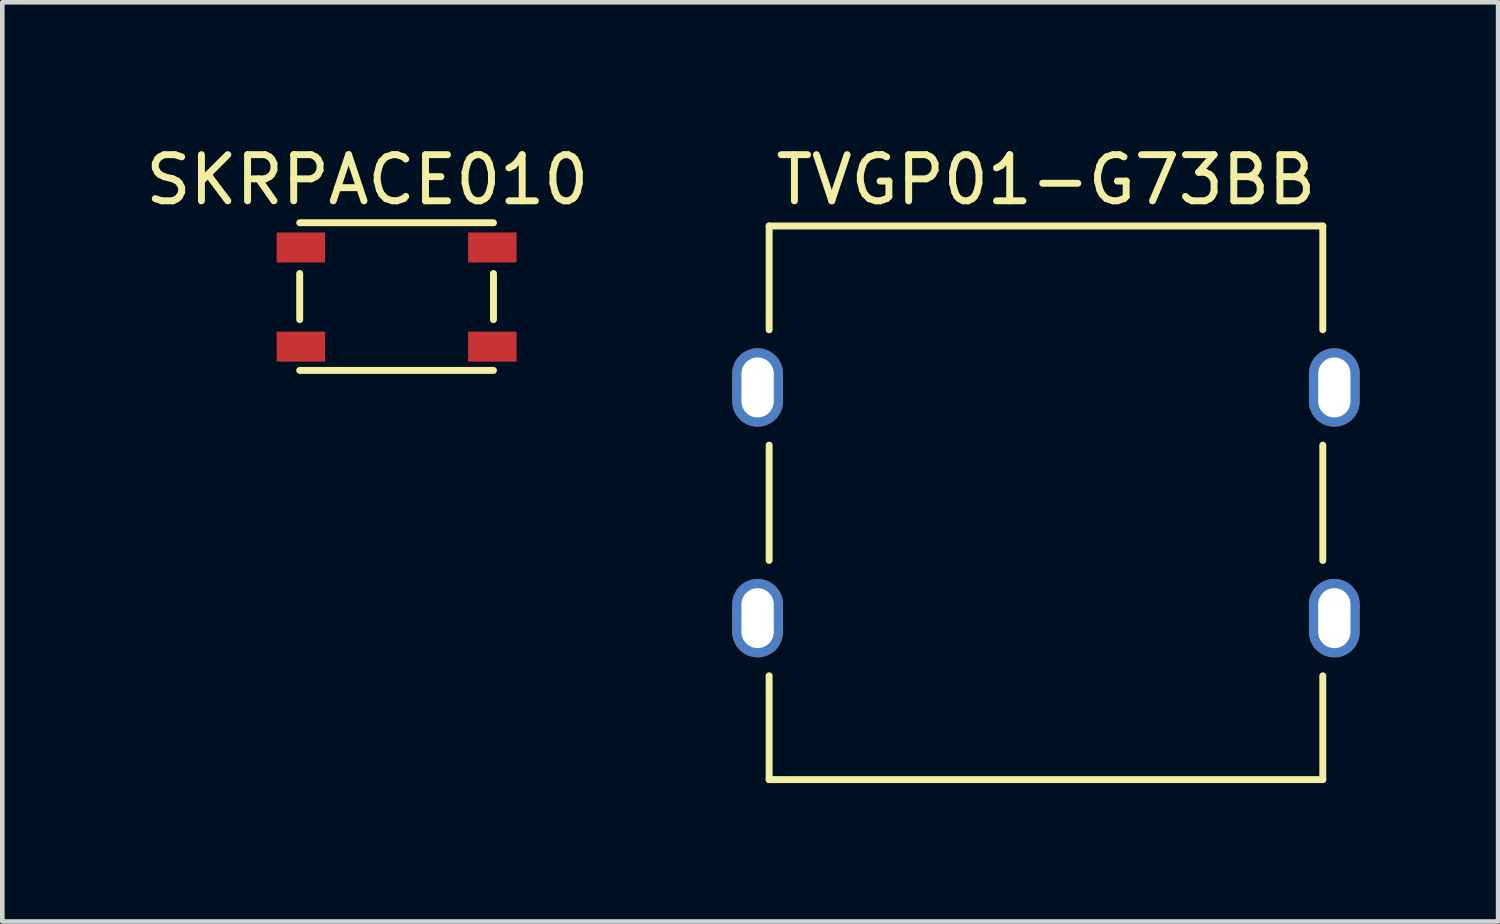
<source format=kicad_pcb>
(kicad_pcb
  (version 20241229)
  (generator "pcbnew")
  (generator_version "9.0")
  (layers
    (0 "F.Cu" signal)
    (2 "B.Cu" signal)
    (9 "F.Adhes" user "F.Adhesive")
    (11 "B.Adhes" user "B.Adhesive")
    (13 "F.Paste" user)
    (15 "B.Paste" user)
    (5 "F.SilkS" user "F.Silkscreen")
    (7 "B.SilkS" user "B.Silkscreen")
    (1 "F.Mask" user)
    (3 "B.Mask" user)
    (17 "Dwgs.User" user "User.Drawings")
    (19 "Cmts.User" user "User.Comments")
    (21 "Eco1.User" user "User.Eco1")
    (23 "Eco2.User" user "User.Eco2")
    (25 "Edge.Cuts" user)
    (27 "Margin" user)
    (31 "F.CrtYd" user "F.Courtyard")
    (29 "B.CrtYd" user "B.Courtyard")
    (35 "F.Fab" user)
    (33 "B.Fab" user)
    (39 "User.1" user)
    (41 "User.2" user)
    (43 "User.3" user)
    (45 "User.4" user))
  (footprint "TVGP01-G73BB"
    (layer "F.Cu")
    (at 19.621 7.848)
    (property "Reference" "TVGP01-G73BB" (at 0 -7 0) (layer "F.SilkS") (effects (font (size 1 1) (thickness 0.15))))
    (attr through_hole)
    (fp_line (start -6 -6) (end -6 -3.75) (stroke (width 0.15) (type solid)) (layer "F.SilkS"))
    (fp_line (start -6 -1.25) (end -6 1.25) (stroke (width 0.15) (type solid)) (layer "F.SilkS"))
    (fp_line (start -6 3.75) (end -6 6) (stroke (width 0.15) (type solid)) (layer "F.SilkS"))
    (fp_line (start -6 6) (end 6 6) (stroke (width 0.15) (type solid)) (layer "F.SilkS"))
    (fp_line (start 6 -6) (end -6 -6) (stroke (width 0.15) (type solid)) (layer "F.SilkS"))
    (fp_line (start 6 -6) (end 6 -3.75) (stroke (width 0.15) (type solid)) (layer "F.SilkS"))
    (fp_line (start 6 1.25) (end 6 -1.25) (stroke (width 0.15) (type solid)) (layer "F.SilkS"))
    (fp_line (start 6 6) (end 6 3.75) (stroke (width 0.15) (type solid)) (layer "F.SilkS"))
    (pad "1" thru_hole oval (at -6.25 -2.5) (size 1.1 1.7) (drill oval 0.7 1.3) (layers "*.Cu" "*.Mask"))
    (pad "2" thru_hole oval (at 6.25 -2.5) (size 1.1 1.7) (drill oval 0.7 1.3) (layers "*.Cu" "*.Mask"))
    (pad "3" thru_hole oval (at -6.25 2.5) (size 1.1 1.7) (drill oval 0.7 1.3) (layers "*.Cu" "*.Mask"))
    (pad "4" thru_hole oval (at 6.25 2.5) (size 1.1 1.7) (drill oval 0.7 1.3) (layers "*.Cu" "*.Mask")))
  (footprint "SKRPACE010"
    (layer "F.Cu")
    (at 5.546 3.388)
    (property "Reference" "SKRPACE010" (at -0.635 -2.54 0) (layer "F.SilkS") (effects (font (size 1 1) (thickness 0.15))))
    (attr through_hole)
    (fp_line (start -2.1 -1.61) (end 2.1 -1.61) (stroke (width 0.15) (type solid)) (layer "F.SilkS"))
    (fp_line (start -2.1 -0.51) (end -2.1 0.49) (stroke (width 0.15) (type solid)) (layer "F.SilkS"))
    (fp_line (start -2.1 1.59) (end 2.1 1.59) (stroke (width 0.15) (type solid)) (layer "F.SilkS"))
    (fp_line (start 2.1 -0.51) (end 2.1 0.49) (stroke (width 0.15) (type solid)) (layer "F.SilkS"))
    (pad "1" smd rect (at -2.075 -1.075) (size 1.05 0.65) (layers "F.Cu" "F.Mask" "F.Paste"))
    (pad "2" smd rect (at 2.075 -1.075) (size 1.05 0.65) (layers "F.Cu" "F.Mask" "F.Paste"))
    (pad "3" smd rect (at -2.075 1.075) (size 1.05 0.65) (layers "F.Cu" "F.Mask" "F.Paste"))
    (pad "4" smd rect (at 2.075 1.075) (size 1.05 0.65) (layers "F.Cu" "F.Mask" "F.Paste")))
  (gr_rect
    (start -3 -3)
    (end 29.421 16.923)
    (stroke (width 0.1) (type default))
    (fill no)
    (layer "Edge.Cuts")))
</source>
